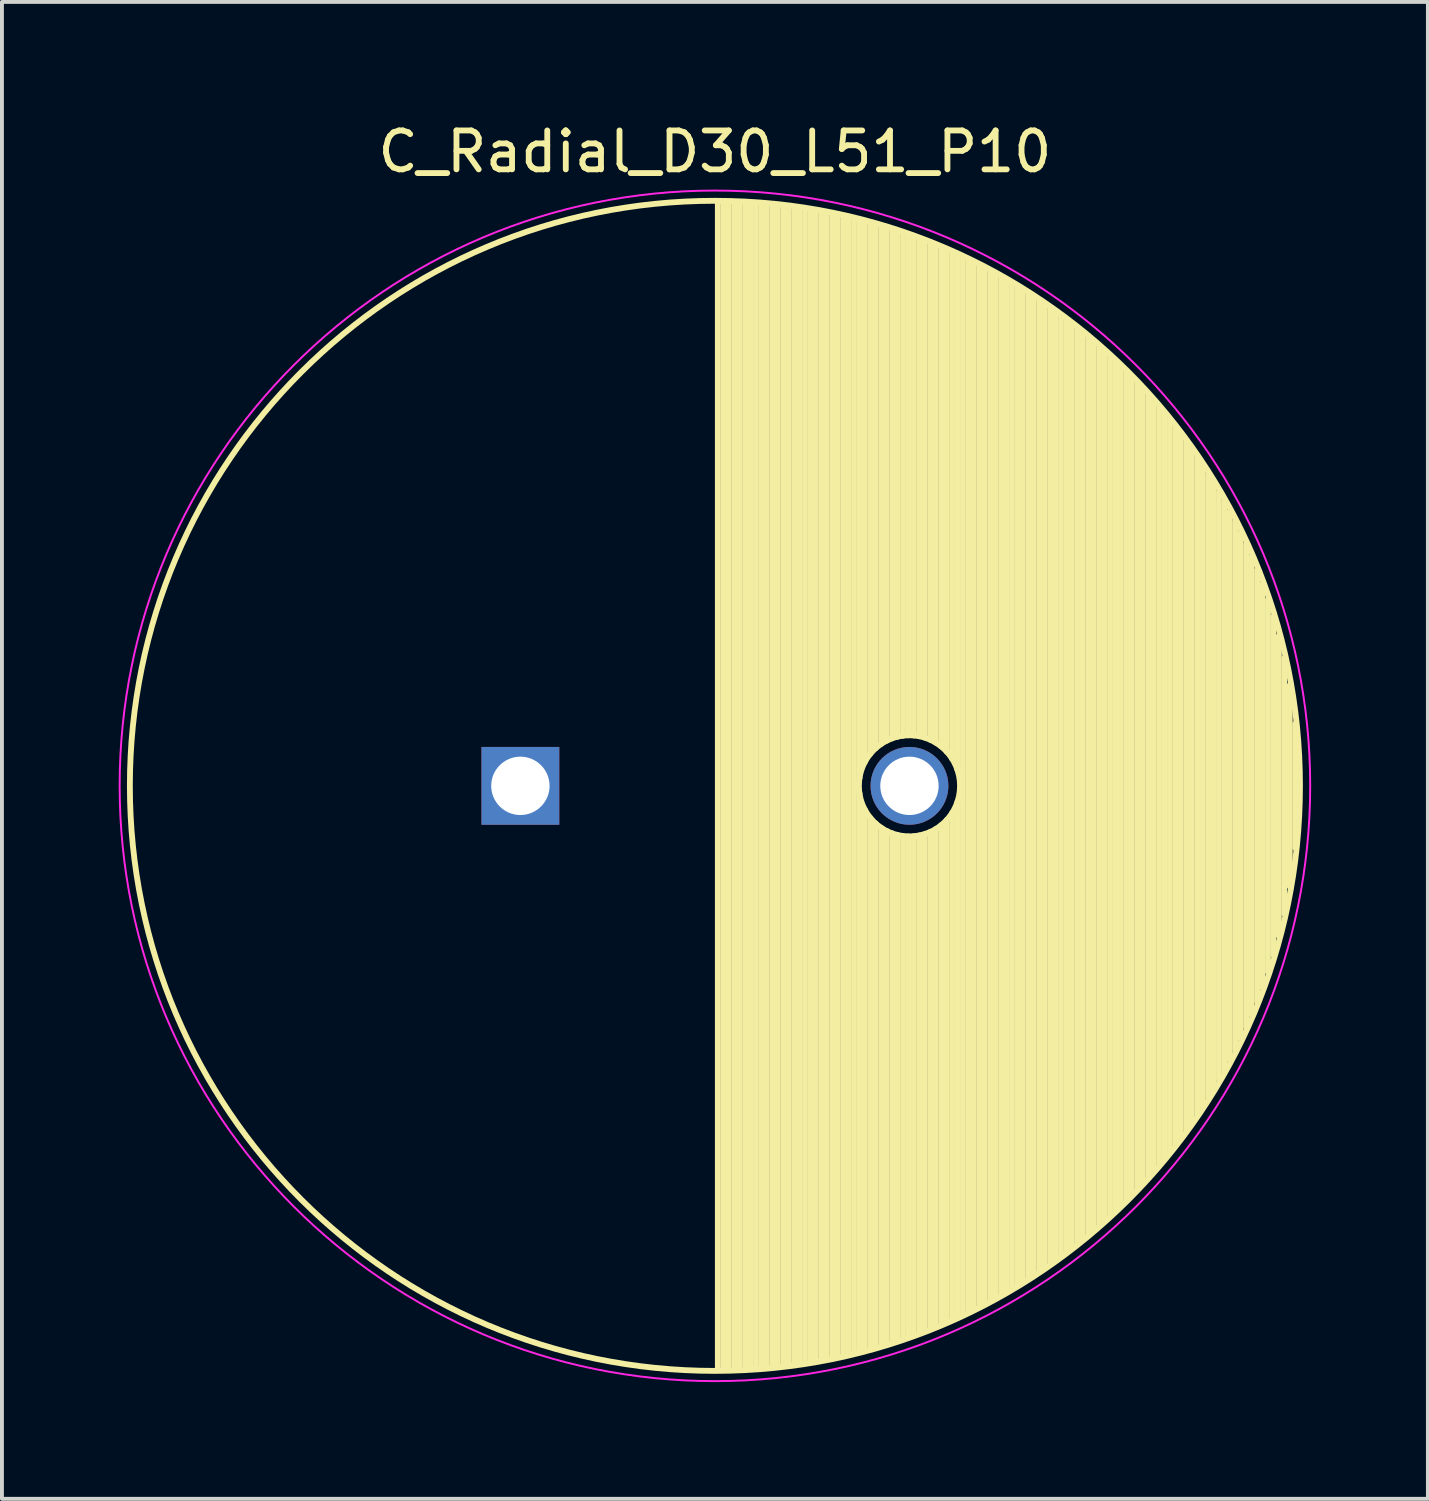
<source format=kicad_pcb>
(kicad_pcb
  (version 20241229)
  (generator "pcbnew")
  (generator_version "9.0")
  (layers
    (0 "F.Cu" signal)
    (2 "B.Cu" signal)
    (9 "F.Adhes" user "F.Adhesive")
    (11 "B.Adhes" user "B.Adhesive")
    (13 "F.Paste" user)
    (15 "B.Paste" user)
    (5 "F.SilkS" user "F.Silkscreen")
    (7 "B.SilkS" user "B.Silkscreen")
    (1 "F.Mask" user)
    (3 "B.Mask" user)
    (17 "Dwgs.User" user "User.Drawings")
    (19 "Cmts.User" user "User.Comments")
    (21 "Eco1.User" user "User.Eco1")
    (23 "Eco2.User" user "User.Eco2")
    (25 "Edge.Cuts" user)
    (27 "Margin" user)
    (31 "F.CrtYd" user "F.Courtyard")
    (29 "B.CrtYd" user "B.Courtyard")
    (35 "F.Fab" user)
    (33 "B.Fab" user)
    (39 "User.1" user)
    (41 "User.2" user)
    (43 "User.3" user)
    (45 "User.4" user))
  (footprint "C_Radial_D30_L51_P10"
    (layer "F.Cu")
    (at 10.325 17.148)
    (property "Reference" "C_Radial_D30_L51_P10" (at 5 -16.3 0) (layer "F.SilkS") (effects (font (size 1 1) (thickness 0.15))))
    (attr through_hole)
    (fp_line (start 5.075 -15) (end 5.075 15) (stroke (width 0.15) (type solid)) (layer "F.SilkS"))
    (fp_line (start 5.215 -14.998) (end 5.215 14.998) (stroke (width 0.15) (type solid)) (layer "F.SilkS"))
    (fp_line (start 5.355 -14.996) (end 5.355 14.996) (stroke (width 0.15) (type solid)) (layer "F.SilkS"))
    (fp_line (start 5.495 -14.992) (end 5.495 14.992) (stroke (width 0.15) (type solid)) (layer "F.SilkS"))
    (fp_line (start 5.635 -14.987) (end 5.635 14.987) (stroke (width 0.15) (type solid)) (layer "F.SilkS"))
    (fp_line (start 5.775 -14.98) (end 5.775 14.98) (stroke (width 0.15) (type solid)) (layer "F.SilkS"))
    (fp_line (start 5.915 -14.972) (end 5.915 14.972) (stroke (width 0.15) (type solid)) (layer "F.SilkS"))
    (fp_line (start 6.055 -14.963) (end 6.055 14.963) (stroke (width 0.15) (type solid)) (layer "F.SilkS"))
    (fp_line (start 6.195 -14.952) (end 6.195 14.952) (stroke (width 0.15) (type solid)) (layer "F.SilkS"))
    (fp_line (start 6.335 -14.94) (end 6.335 14.94) (stroke (width 0.15) (type solid)) (layer "F.SilkS"))
    (fp_line (start 6.475 -14.927) (end 6.475 14.927) (stroke (width 0.15) (type solid)) (layer "F.SilkS"))
    (fp_line (start 6.615 -14.913) (end 6.615 14.913) (stroke (width 0.15) (type solid)) (layer "F.SilkS"))
    (fp_line (start 6.755 -14.897) (end 6.755 14.897) (stroke (width 0.15) (type solid)) (layer "F.SilkS"))
    (fp_line (start 6.895 -14.88) (end 6.895 14.88) (stroke (width 0.15) (type solid)) (layer "F.SilkS"))
    (fp_line (start 7.035 -14.861) (end 7.035 14.861) (stroke (width 0.15) (type solid)) (layer "F.SilkS"))
    (fp_line (start 7.175 -14.841) (end 7.175 14.841) (stroke (width 0.15) (type solid)) (layer "F.SilkS"))
    (fp_line (start 7.315 -14.82) (end 7.315 14.82) (stroke (width 0.15) (type solid)) (layer "F.SilkS"))
    (fp_line (start 7.455 -14.798) (end 7.455 14.798) (stroke (width 0.15) (type solid)) (layer "F.SilkS"))
    (fp_line (start 7.595 -14.774) (end 7.595 14.774) (stroke (width 0.15) (type solid)) (layer "F.SilkS"))
    (fp_line (start 7.735 -14.749) (end 7.735 14.749) (stroke (width 0.15) (type solid)) (layer "F.SilkS"))
    (fp_line (start 7.875 -14.722) (end 7.875 14.722) (stroke (width 0.15) (type solid)) (layer "F.SilkS"))
    (fp_line (start 8.015 -14.694) (end 8.015 14.694) (stroke (width 0.15) (type solid)) (layer "F.SilkS"))
    (fp_line (start 8.155 -14.664) (end 8.155 14.664) (stroke (width 0.15) (type solid)) (layer "F.SilkS"))
    (fp_line (start 8.295 -14.634) (end 8.295 14.634) (stroke (width 0.15) (type solid)) (layer "F.SilkS"))
    (fp_line (start 8.435 -14.601) (end 8.435 14.601) (stroke (width 0.15) (type solid)) (layer "F.SilkS"))
    (fp_line (start 8.575 -14.568) (end 8.575 14.568) (stroke (width 0.15) (type solid)) (layer "F.SilkS"))
    (fp_line (start 8.715 -14.533) (end 8.715 -0.197) (stroke (width 0.15) (type solid)) (layer "F.SilkS"))
    (fp_line (start 8.715 0.197) (end 8.715 14.533) (stroke (width 0.15) (type solid)) (layer "F.SilkS"))
    (fp_line (start 8.855 -14.496) (end 8.855 -0.616) (stroke (width 0.15) (type solid)) (layer "F.SilkS"))
    (fp_line (start 8.855 0.616) (end 8.855 14.496) (stroke (width 0.15) (type solid)) (layer "F.SilkS"))
    (fp_line (start 8.995 -14.458) (end 8.995 -0.825) (stroke (width 0.15) (type solid)) (layer "F.SilkS"))
    (fp_line (start 8.995 0.825) (end 8.995 14.458) (stroke (width 0.15) (type solid)) (layer "F.SilkS"))
    (fp_line (start 9.135 -14.419) (end 9.135 -0.97) (stroke (width 0.15) (type solid)) (layer "F.SilkS"))
    (fp_line (start 9.135 0.97) (end 9.135 14.419) (stroke (width 0.15) (type solid)) (layer "F.SilkS"))
    (fp_line (start 9.275 -14.378) (end 9.275 -1.079) (stroke (width 0.15) (type solid)) (layer "F.SilkS"))
    (fp_line (start 9.275 1.079) (end 9.275 14.378) (stroke (width 0.15) (type solid)) (layer "F.SilkS"))
    (fp_line (start 9.415 -14.336) (end 9.415 -1.161) (stroke (width 0.15) (type solid)) (layer "F.SilkS"))
    (fp_line (start 9.415 1.161) (end 9.415 14.336) (stroke (width 0.15) (type solid)) (layer "F.SilkS"))
    (fp_line (start 9.555 -14.292) (end 9.555 -1.221) (stroke (width 0.15) (type solid)) (layer "F.SilkS"))
    (fp_line (start 9.555 1.221) (end 9.555 14.292) (stroke (width 0.15) (type solid)) (layer "F.SilkS"))
    (fp_line (start 9.695 -14.246) (end 9.695 -1.264) (stroke (width 0.15) (type solid)) (layer "F.SilkS"))
    (fp_line (start 9.695 1.264) (end 9.695 14.246) (stroke (width 0.15) (type solid)) (layer "F.SilkS"))
    (fp_line (start 9.835 -14.199) (end 9.835 -1.289) (stroke (width 0.15) (type solid)) (layer "F.SilkS"))
    (fp_line (start 9.835 1.289) (end 9.835 14.199) (stroke (width 0.15) (type solid)) (layer "F.SilkS"))
    (fp_line (start 9.975 -14.151) (end 9.975 -1.3) (stroke (width 0.15) (type solid)) (layer "F.SilkS"))
    (fp_line (start 9.975 1.3) (end 9.975 14.151) (stroke (width 0.15) (type solid)) (layer "F.SilkS"))
    (fp_line (start 10.115 -14.101) (end 10.115 -1.295) (stroke (width 0.15) (type solid)) (layer "F.SilkS"))
    (fp_line (start 10.115 1.295) (end 10.115 14.101) (stroke (width 0.15) (type solid)) (layer "F.SilkS"))
    (fp_line (start 10.255 -14.049) (end 10.255 -1.275) (stroke (width 0.15) (type solid)) (layer "F.SilkS"))
    (fp_line (start 10.255 1.275) (end 10.255 14.049) (stroke (width 0.15) (type solid)) (layer "F.SilkS"))
    (fp_line (start 10.395 -13.996) (end 10.395 -1.239) (stroke (width 0.15) (type solid)) (layer "F.SilkS"))
    (fp_line (start 10.395 1.239) (end 10.395 13.996) (stroke (width 0.15) (type solid)) (layer "F.SilkS"))
    (fp_line (start 10.535 -13.941) (end 10.535 -1.185) (stroke (width 0.15) (type solid)) (layer "F.SilkS"))
    (fp_line (start 10.535 1.185) (end 10.535 13.941) (stroke (width 0.15) (type solid)) (layer "F.SilkS"))
    (fp_line (start 10.675 -13.885) (end 10.675 -1.111) (stroke (width 0.15) (type solid)) (layer "F.SilkS"))
    (fp_line (start 10.675 1.111) (end 10.675 13.885) (stroke (width 0.15) (type solid)) (layer "F.SilkS"))
    (fp_line (start 10.815 -13.827) (end 10.815 -1.013) (stroke (width 0.15) (type solid)) (layer "F.SilkS"))
    (fp_line (start 10.815 1.013) (end 10.815 13.827) (stroke (width 0.15) (type solid)) (layer "F.SilkS"))
    (fp_line (start 10.955 -13.767) (end 10.955 -0.882) (stroke (width 0.15) (type solid)) (layer "F.SilkS"))
    (fp_line (start 10.955 0.882) (end 10.955 13.767) (stroke (width 0.15) (type solid)) (layer "F.SilkS"))
    (fp_line (start 11.095 -13.706) (end 11.095 -0.701) (stroke (width 0.15) (type solid)) (layer "F.SilkS"))
    (fp_line (start 11.095 0.701) (end 11.095 13.706) (stroke (width 0.15) (type solid)) (layer "F.SilkS"))
    (fp_line (start 11.235 -13.643) (end 11.235 -0.406) (stroke (width 0.15) (type solid)) (layer "F.SilkS"))
    (fp_line (start 11.235 0.406) (end 11.235 13.643) (stroke (width 0.15) (type solid)) (layer "F.SilkS"))
    (fp_line (start 11.375 -13.578) (end 11.375 13.578) (stroke (width 0.15) (type solid)) (layer "F.SilkS"))
    (fp_line (start 11.515 -13.511) (end 11.515 13.511) (stroke (width 0.15) (type solid)) (layer "F.SilkS"))
    (fp_line (start 11.655 -13.443) (end 11.655 13.443) (stroke (width 0.15) (type solid)) (layer "F.SilkS"))
    (fp_line (start 11.795 -13.373) (end 11.795 13.373) (stroke (width 0.15) (type solid)) (layer "F.SilkS"))
    (fp_line (start 11.935 -13.301) (end 11.935 13.301) (stroke (width 0.15) (type solid)) (layer "F.SilkS"))
    (fp_line (start 12.075 -13.227) (end 12.075 13.227) (stroke (width 0.15) (type solid)) (layer "F.SilkS"))
    (fp_line (start 12.215 -13.151) (end 12.215 13.151) (stroke (width 0.15) (type solid)) (layer "F.SilkS"))
    (fp_line (start 12.355 -13.073) (end 12.355 13.073) (stroke (width 0.15) (type solid)) (layer "F.SilkS"))
    (fp_line (start 12.495 -12.993) (end 12.495 12.993) (stroke (width 0.15) (type solid)) (layer "F.SilkS"))
    (fp_line (start 12.635 -12.911) (end 12.635 12.911) (stroke (width 0.15) (type solid)) (layer "F.SilkS"))
    (fp_line (start 12.775 -12.828) (end 12.775 12.828) (stroke (width 0.15) (type solid)) (layer "F.SilkS"))
    (fp_line (start 12.915 -12.742) (end 12.915 12.742) (stroke (width 0.15) (type solid)) (layer "F.SilkS"))
    (fp_line (start 13.055 -12.654) (end 13.055 12.654) (stroke (width 0.15) (type solid)) (layer "F.SilkS"))
    (fp_line (start 13.195 -12.564) (end 13.195 12.564) (stroke (width 0.15) (type solid)) (layer "F.SilkS"))
    (fp_line (start 13.335 -12.471) (end 13.335 12.471) (stroke (width 0.15) (type solid)) (layer "F.SilkS"))
    (fp_line (start 13.475 -12.376) (end 13.475 12.376) (stroke (width 0.15) (type solid)) (layer "F.SilkS"))
    (fp_line (start 13.615 -12.279) (end 13.615 12.279) (stroke (width 0.15) (type solid)) (layer "F.SilkS"))
    (fp_line (start 13.755 -12.18) (end 13.755 12.18) (stroke (width 0.15) (type solid)) (layer "F.SilkS"))
    (fp_line (start 13.895 -12.078) (end 13.895 12.078) (stroke (width 0.15) (type solid)) (layer "F.SilkS"))
    (fp_line (start 14.035 -11.974) (end 14.035 11.974) (stroke (width 0.15) (type solid)) (layer "F.SilkS"))
    (fp_line (start 14.175 -11.867) (end 14.175 11.867) (stroke (width 0.15) (type solid)) (layer "F.SilkS"))
    (fp_line (start 14.315 -11.757) (end 14.315 11.757) (stroke (width 0.15) (type solid)) (layer "F.SilkS"))
    (fp_line (start 14.455 -11.645) (end 14.455 11.645) (stroke (width 0.15) (type solid)) (layer "F.SilkS"))
    (fp_line (start 14.595 -11.53) (end 14.595 11.53) (stroke (width 0.15) (type solid)) (layer "F.SilkS"))
    (fp_line (start 14.735 -11.412) (end 14.735 11.412) (stroke (width 0.15) (type solid)) (layer "F.SilkS"))
    (fp_line (start 14.875 -11.291) (end 14.875 11.291) (stroke (width 0.15) (type solid)) (layer "F.SilkS"))
    (fp_line (start 15.015 -11.167) (end 15.015 11.167) (stroke (width 0.15) (type solid)) (layer "F.SilkS"))
    (fp_line (start 15.155 -11.04) (end 15.155 11.04) (stroke (width 0.15) (type solid)) (layer "F.SilkS"))
    (fp_line (start 15.295 -10.909) (end 15.295 10.909) (stroke (width 0.15) (type solid)) (layer "F.SilkS"))
    (fp_line (start 15.435 -10.775) (end 15.435 10.775) (stroke (width 0.15) (type solid)) (layer "F.SilkS"))
    (fp_line (start 15.575 -10.638) (end 15.575 10.638) (stroke (width 0.15) (type solid)) (layer "F.SilkS"))
    (fp_line (start 15.715 -10.497) (end 15.715 10.497) (stroke (width 0.15) (type solid)) (layer "F.SilkS"))
    (fp_line (start 15.855 -10.352) (end 15.855 10.352) (stroke (width 0.15) (type solid)) (layer "F.SilkS"))
    (fp_line (start 15.995 -10.203) (end 15.995 10.203) (stroke (width 0.15) (type solid)) (layer "F.SilkS"))
    (fp_line (start 16.135 -10.05) (end 16.135 10.05) (stroke (width 0.15) (type solid)) (layer "F.SilkS"))
    (fp_line (start 16.275 -9.893) (end 16.275 9.893) (stroke (width 0.15) (type solid)) (layer "F.SilkS"))
    (fp_line (start 16.415 -9.731) (end 16.415 9.731) (stroke (width 0.15) (type solid)) (layer "F.SilkS"))
    (fp_line (start 16.555 -9.565) (end 16.555 9.565) (stroke (width 0.15) (type solid)) (layer "F.SilkS"))
    (fp_line (start 16.695 -9.393) (end 16.695 9.393) (stroke (width 0.15) (type solid)) (layer "F.SilkS"))
    (fp_line (start 16.835 -9.216) (end 16.835 9.216) (stroke (width 0.15) (type solid)) (layer "F.SilkS"))
    (fp_line (start 16.975 -9.033) (end 16.975 9.033) (stroke (width 0.15) (type solid)) (layer "F.SilkS"))
    (fp_line (start 17.115 -8.845) (end 17.115 8.845) (stroke (width 0.15) (type solid)) (layer "F.SilkS"))
    (fp_line (start 17.255 -8.65) (end 17.255 8.65) (stroke (width 0.15) (type solid)) (layer "F.SilkS"))
    (fp_line (start 17.395 -8.448) (end 17.395 8.448) (stroke (width 0.15) (type solid)) (layer "F.SilkS"))
    (fp_line (start 17.535 -8.239) (end 17.535 8.239) (stroke (width 0.15) (type solid)) (layer "F.SilkS"))
    (fp_line (start 17.675 -8.021) (end 17.675 8.021) (stroke (width 0.15) (type solid)) (layer "F.SilkS"))
    (fp_line (start 17.815 -7.796) (end 17.815 7.796) (stroke (width 0.15) (type solid)) (layer "F.SilkS"))
    (fp_line (start 17.955 -7.561) (end 17.955 7.561) (stroke (width 0.15) (type solid)) (layer "F.SilkS"))
    (fp_line (start 18.095 -7.316) (end 18.095 7.316) (stroke (width 0.15) (type solid)) (layer "F.SilkS"))
    (fp_line (start 18.235 -7.059) (end 18.235 7.059) (stroke (width 0.15) (type solid)) (layer "F.SilkS"))
    (fp_line (start 18.375 -6.79) (end 18.375 6.79) (stroke (width 0.15) (type solid)) (layer "F.SilkS"))
    (fp_line (start 18.515 -6.507) (end 18.515 6.507) (stroke (width 0.15) (type solid)) (layer "F.SilkS"))
    (fp_line (start 18.655 -6.208) (end 18.655 6.208) (stroke (width 0.15) (type solid)) (layer "F.SilkS"))
    (fp_line (start 18.795 -5.89) (end 18.795 5.89) (stroke (width 0.15) (type solid)) (layer "F.SilkS"))
    (fp_line (start 18.935 -5.551) (end 18.935 5.551) (stroke (width 0.15) (type solid)) (layer "F.SilkS"))
    (fp_line (start 19.075 -5.186) (end 19.075 5.186) (stroke (width 0.15) (type solid)) (layer "F.SilkS"))
    (fp_line (start 19.215 -4.789) (end 19.215 4.789) (stroke (width 0.15) (type solid)) (layer "F.SilkS"))
    (fp_line (start 19.355 -4.351) (end 19.355 4.351) (stroke (width 0.15) (type solid)) (layer "F.SilkS"))
    (fp_line (start 19.495 -3.859) (end 19.495 3.859) (stroke (width 0.15) (type solid)) (layer "F.SilkS"))
    (fp_line (start 19.635 -3.289) (end 19.635 3.289) (stroke (width 0.15) (type solid)) (layer "F.SilkS"))
    (fp_line (start 19.775 -2.588) (end 19.775 2.588) (stroke (width 0.15) (type solid)) (layer "F.SilkS"))
    (fp_line (start 19.915 -1.595) (end 19.915 1.595) (stroke (width 0.15) (type solid)) (layer "F.SilkS"))
    (fp_circle (center 5 0) (end 5 -15.037) (stroke (width 0.15) (type solid)) (fill no) (layer "F.SilkS"))
    (fp_circle (center 10 0) (end 10 -1.3) (stroke (width 0.15) (type solid)) (fill no) (layer "F.SilkS"))
    (fp_circle (center 5 0) (end 5 -15.3) (stroke (width 0.05) (type solid)) (fill no) (layer "F.CrtYd"))
    (pad "1" thru_hole rect (at 0 0) (size 2 2) (drill 1.5) (layers "*.Cu" "*.Mask"))
    (pad "2" thru_hole circle (at 10 0) (size 2 2) (drill 1.5) (layers "*.Cu" "*.Mask")))
  (gr_rect
    (start -3 -3)
    (end 33.65 35.473)
    (stroke (width 0.1) (type default))
    (fill no)
    (layer "Edge.Cuts")))
</source>
